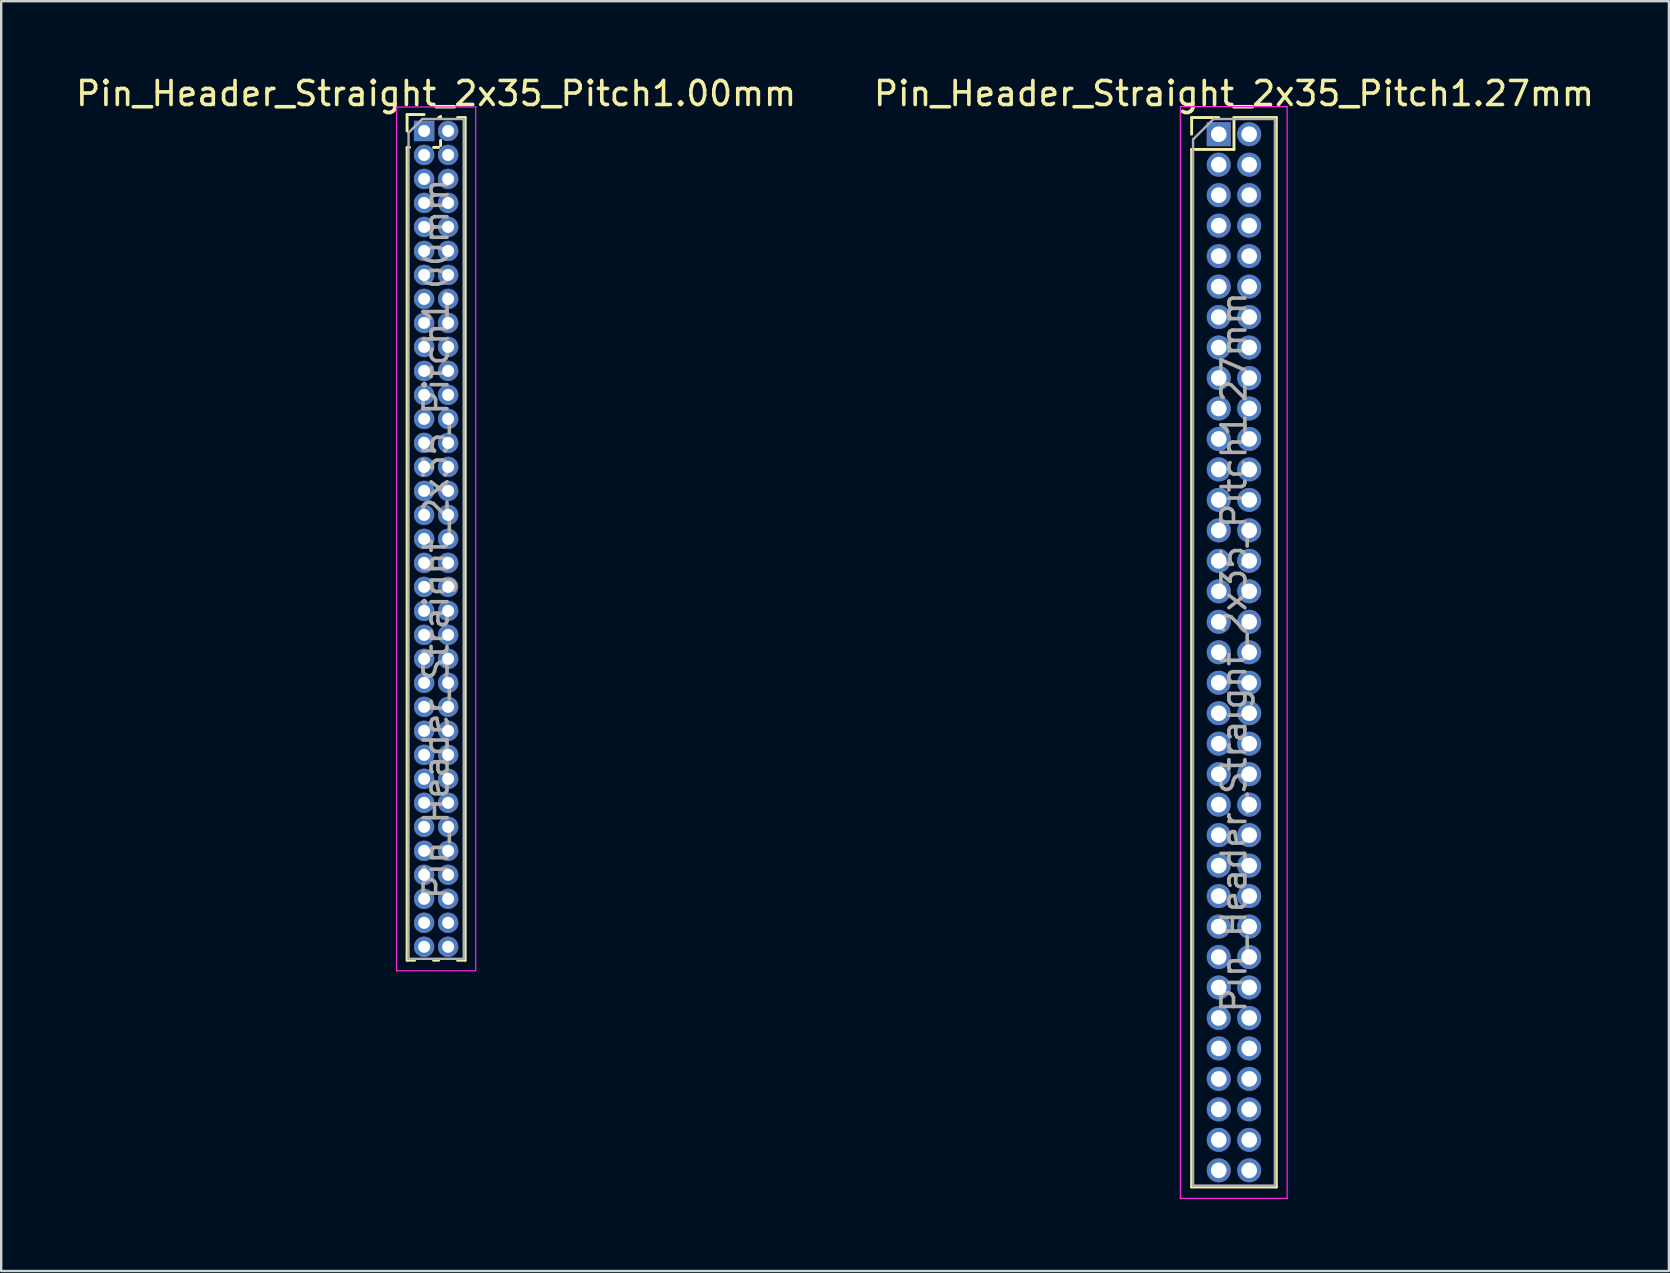
<source format=kicad_pcb>
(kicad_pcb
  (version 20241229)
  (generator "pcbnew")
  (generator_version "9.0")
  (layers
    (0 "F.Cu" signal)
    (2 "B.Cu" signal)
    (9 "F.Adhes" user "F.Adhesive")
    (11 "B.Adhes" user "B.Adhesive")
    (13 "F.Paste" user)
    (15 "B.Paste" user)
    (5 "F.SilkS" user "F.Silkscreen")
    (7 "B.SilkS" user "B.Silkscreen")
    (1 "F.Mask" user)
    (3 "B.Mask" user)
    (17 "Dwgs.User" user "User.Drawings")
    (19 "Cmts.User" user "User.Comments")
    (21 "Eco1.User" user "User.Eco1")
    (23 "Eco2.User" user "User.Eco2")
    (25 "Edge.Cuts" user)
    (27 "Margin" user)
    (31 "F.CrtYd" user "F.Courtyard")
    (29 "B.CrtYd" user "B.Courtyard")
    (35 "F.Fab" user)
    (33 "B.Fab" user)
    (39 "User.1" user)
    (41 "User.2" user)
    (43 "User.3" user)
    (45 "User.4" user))
  (footprint "Pin_Header_Straight_2x35_Pitch1.27mm"
    (layer "F.Cu")
    (at 47.74 2.543)
    (property "Reference" "Pin_Header_Straight_2x35_Pitch1.27mm" (at 0.635 -1.695 0) (layer "F.SilkS") (effects (font (size 1 1) (thickness 0.15))))
    (attr through_hole)
    (fp_line (start -1.13 -0.695) (end 0 -0.695) (stroke (width 0.12) (type solid)) (layer "F.SilkS"))
    (fp_line (start -1.13 0) (end -1.13 -0.695) (stroke (width 0.12) (type solid)) (layer "F.SilkS"))
    (fp_line (start -1.13 0.635) (end -1.13 43.875) (stroke (width 0.12) (type solid)) (layer "F.SilkS"))
    (fp_line (start -1.13 43.875) (end 2.4 43.875) (stroke (width 0.12) (type solid)) (layer "F.SilkS"))
    (fp_line (start 0.635 -0.695) (end 0.635 0.635) (stroke (width 0.12) (type solid)) (layer "F.SilkS"))
    (fp_line (start 0.635 0.635) (end -1.13 0.635) (stroke (width 0.12) (type solid)) (layer "F.SilkS"))
    (fp_line (start 2.4 -0.695) (end 0.635 -0.695) (stroke (width 0.12) (type solid)) (layer "F.SilkS"))
    (fp_line (start 2.4 43.875) (end 2.4 -0.695) (stroke (width 0.12) (type solid)) (layer "F.SilkS"))
    (fp_line (start -1.6 -1.15) (end -1.6 44.35) (stroke (width 0.05) (type solid)) (layer "F.CrtYd"))
    (fp_line (start -1.6 44.35) (end 2.85 44.35) (stroke (width 0.05) (type solid)) (layer "F.CrtYd"))
    (fp_line (start 2.85 -1.15) (end -1.6 -1.15) (stroke (width 0.05) (type solid)) (layer "F.CrtYd"))
    (fp_line (start 2.85 44.35) (end 2.85 -1.15) (stroke (width 0.05) (type solid)) (layer "F.CrtYd"))
    (fp_line (start -1.07 0.217) (end -0.217 -0.635) (stroke (width 0.1) (type solid)) (layer "F.Fab"))
    (fp_line (start -1.07 43.815) (end -1.07 0.217) (stroke (width 0.1) (type solid)) (layer "F.Fab"))
    (fp_line (start -0.217 -0.635) (end 2.34 -0.635) (stroke (width 0.1) (type solid)) (layer "F.Fab"))
    (fp_line (start 2.34 -0.635) (end 2.34 43.815) (stroke (width 0.1) (type solid)) (layer "F.Fab"))
    (fp_line (start 2.34 43.815) (end -1.07 43.815) (stroke (width 0.1) (type solid)) (layer "F.Fab"))
    (fp_text user "${REFERENCE}" (at 0.635 21.59 90) (layer "F.Fab") (effects (font (size 1 1) (thickness 0.15))))
    (pad "1" thru_hole rect (at 0 0) (size 1 1) (drill 0.65) (layers "*.Cu" "*.Mask"))
    (pad "2" thru_hole oval (at 1.27 0) (size 1 1) (drill 0.65) (layers "*.Cu" "*.Mask"))
    (pad "3" thru_hole oval (at 0 1.27) (size 1 1) (drill 0.65) (layers "*.Cu" "*.Mask"))
    (pad "4" thru_hole oval (at 1.27 1.27) (size 1 1) (drill 0.65) (layers "*.Cu" "*.Mask"))
    (pad "5" thru_hole oval (at 0 2.54) (size 1 1) (drill 0.65) (layers "*.Cu" "*.Mask"))
    (pad "6" thru_hole oval (at 1.27 2.54) (size 1 1) (drill 0.65) (layers "*.Cu" "*.Mask"))
    (pad "7" thru_hole oval (at 0 3.81) (size 1 1) (drill 0.65) (layers "*.Cu" "*.Mask"))
    (pad "8" thru_hole oval (at 1.27 3.81) (size 1 1) (drill 0.65) (layers "*.Cu" "*.Mask"))
    (pad "9" thru_hole oval (at 0 5.08) (size 1 1) (drill 0.65) (layers "*.Cu" "*.Mask"))
    (pad "10" thru_hole oval (at 1.27 5.08) (size 1 1) (drill 0.65) (layers "*.Cu" "*.Mask"))
    (pad "11" thru_hole oval (at 0 6.35) (size 1 1) (drill 0.65) (layers "*.Cu" "*.Mask"))
    (pad "12" thru_hole oval (at 1.27 6.35) (size 1 1) (drill 0.65) (layers "*.Cu" "*.Mask"))
    (pad "13" thru_hole oval (at 0 7.62) (size 1 1) (drill 0.65) (layers "*.Cu" "*.Mask"))
    (pad "14" thru_hole oval (at 1.27 7.62) (size 1 1) (drill 0.65) (layers "*.Cu" "*.Mask"))
    (pad "15" thru_hole oval (at 0 8.89) (size 1 1) (drill 0.65) (layers "*.Cu" "*.Mask"))
    (pad "16" thru_hole oval (at 1.27 8.89) (size 1 1) (drill 0.65) (layers "*.Cu" "*.Mask"))
    (pad "17" thru_hole oval (at 0 10.16) (size 1 1) (drill 0.65) (layers "*.Cu" "*.Mask"))
    (pad "18" thru_hole oval (at 1.27 10.16) (size 1 1) (drill 0.65) (layers "*.Cu" "*.Mask"))
    (pad "19" thru_hole oval (at 0 11.43) (size 1 1) (drill 0.65) (layers "*.Cu" "*.Mask"))
    (pad "20" thru_hole oval (at 1.27 11.43) (size 1 1) (drill 0.65) (layers "*.Cu" "*.Mask"))
    (pad "21" thru_hole oval (at 0 12.7) (size 1 1) (drill 0.65) (layers "*.Cu" "*.Mask"))
    (pad "22" thru_hole oval (at 1.27 12.7) (size 1 1) (drill 0.65) (layers "*.Cu" "*.Mask"))
    (pad "23" thru_hole oval (at 0 13.97) (size 1 1) (drill 0.65) (layers "*.Cu" "*.Mask"))
    (pad "24" thru_hole oval (at 1.27 13.97) (size 1 1) (drill 0.65) (layers "*.Cu" "*.Mask"))
    (pad "25" thru_hole oval (at 0 15.24) (size 1 1) (drill 0.65) (layers "*.Cu" "*.Mask"))
    (pad "26" thru_hole oval (at 1.27 15.24) (size 1 1) (drill 0.65) (layers "*.Cu" "*.Mask"))
    (pad "27" thru_hole oval (at 0 16.51) (size 1 1) (drill 0.65) (layers "*.Cu" "*.Mask"))
    (pad "28" thru_hole oval (at 1.27 16.51) (size 1 1) (drill 0.65) (layers "*.Cu" "*.Mask"))
    (pad "29" thru_hole oval (at 0 17.78) (size 1 1) (drill 0.65) (layers "*.Cu" "*.Mask"))
    (pad "30" thru_hole oval (at 1.27 17.78) (size 1 1) (drill 0.65) (layers "*.Cu" "*.Mask"))
    (pad "31" thru_hole oval (at 0 19.05) (size 1 1) (drill 0.65) (layers "*.Cu" "*.Mask"))
    (pad "32" thru_hole oval (at 1.27 19.05) (size 1 1) (drill 0.65) (layers "*.Cu" "*.Mask"))
    (pad "33" thru_hole oval (at 0 20.32) (size 1 1) (drill 0.65) (layers "*.Cu" "*.Mask"))
    (pad "34" thru_hole oval (at 1.27 20.32) (size 1 1) (drill 0.65) (layers "*.Cu" "*.Mask"))
    (pad "35" thru_hole oval (at 0 21.59) (size 1 1) (drill 0.65) (layers "*.Cu" "*.Mask"))
    (pad "36" thru_hole oval (at 1.27 21.59) (size 1 1) (drill 0.65) (layers "*.Cu" "*.Mask"))
    (pad "37" thru_hole oval (at 0 22.86) (size 1 1) (drill 0.65) (layers "*.Cu" "*.Mask"))
    (pad "38" thru_hole oval (at 1.27 22.86) (size 1 1) (drill 0.65) (layers "*.Cu" "*.Mask"))
    (pad "39" thru_hole oval (at 0 24.13) (size 1 1) (drill 0.65) (layers "*.Cu" "*.Mask"))
    (pad "40" thru_hole oval (at 1.27 24.13) (size 1 1) (drill 0.65) (layers "*.Cu" "*.Mask"))
    (pad "41" thru_hole oval (at 0 25.4) (size 1 1) (drill 0.65) (layers "*.Cu" "*.Mask"))
    (pad "42" thru_hole oval (at 1.27 25.4) (size 1 1) (drill 0.65) (layers "*.Cu" "*.Mask"))
    (pad "43" thru_hole oval (at 0 26.67) (size 1 1) (drill 0.65) (layers "*.Cu" "*.Mask"))
    (pad "44" thru_hole oval (at 1.27 26.67) (size 1 1) (drill 0.65) (layers "*.Cu" "*.Mask"))
    (pad "45" thru_hole oval (at 0 27.94) (size 1 1) (drill 0.65) (layers "*.Cu" "*.Mask"))
    (pad "46" thru_hole oval (at 1.27 27.94) (size 1 1) (drill 0.65) (layers "*.Cu" "*.Mask"))
    (pad "47" thru_hole oval (at 0 29.21) (size 1 1) (drill 0.65) (layers "*.Cu" "*.Mask"))
    (pad "48" thru_hole oval (at 1.27 29.21) (size 1 1) (drill 0.65) (layers "*.Cu" "*.Mask"))
    (pad "49" thru_hole oval (at 0 30.48) (size 1 1) (drill 0.65) (layers "*.Cu" "*.Mask"))
    (pad "50" thru_hole oval (at 1.27 30.48) (size 1 1) (drill 0.65) (layers "*.Cu" "*.Mask"))
    (pad "51" thru_hole oval (at 0 31.75) (size 1 1) (drill 0.65) (layers "*.Cu" "*.Mask"))
    (pad "52" thru_hole oval (at 1.27 31.75) (size 1 1) (drill 0.65) (layers "*.Cu" "*.Mask"))
    (pad "53" thru_hole oval (at 0 33.02) (size 1 1) (drill 0.65) (layers "*.Cu" "*.Mask"))
    (pad "54" thru_hole oval (at 1.27 33.02) (size 1 1) (drill 0.65) (layers "*.Cu" "*.Mask"))
    (pad "55" thru_hole oval (at 0 34.29) (size 1 1) (drill 0.65) (layers "*.Cu" "*.Mask"))
    (pad "56" thru_hole oval (at 1.27 34.29) (size 1 1) (drill 0.65) (layers "*.Cu" "*.Mask"))
    (pad "57" thru_hole oval (at 0 35.56) (size 1 1) (drill 0.65) (layers "*.Cu" "*.Mask"))
    (pad "58" thru_hole oval (at 1.27 35.56) (size 1 1) (drill 0.65) (layers "*.Cu" "*.Mask"))
    (pad "59" thru_hole oval (at 0 36.83) (size 1 1) (drill 0.65) (layers "*.Cu" "*.Mask"))
    (pad "60" thru_hole oval (at 1.27 36.83) (size 1 1) (drill 0.65) (layers "*.Cu" "*.Mask"))
    (pad "61" thru_hole oval (at 0 38.1) (size 1 1) (drill 0.65) (layers "*.Cu" "*.Mask"))
    (pad "62" thru_hole oval (at 1.27 38.1) (size 1 1) (drill 0.65) (layers "*.Cu" "*.Mask"))
    (pad "63" thru_hole oval (at 0 39.37) (size 1 1) (drill 0.65) (layers "*.Cu" "*.Mask"))
    (pad "64" thru_hole oval (at 1.27 39.37) (size 1 1) (drill 0.65) (layers "*.Cu" "*.Mask"))
    (pad "65" thru_hole oval (at 0 40.64) (size 1 1) (drill 0.65) (layers "*.Cu" "*.Mask"))
    (pad "66" thru_hole oval (at 1.27 40.64) (size 1 1) (drill 0.65) (layers "*.Cu" "*.Mask"))
    (pad "67" thru_hole oval (at 0 41.91) (size 1 1) (drill 0.65) (layers "*.Cu" "*.Mask"))
    (pad "68" thru_hole oval (at 1.27 41.91) (size 1 1) (drill 0.65) (layers "*.Cu" "*.Mask"))
    (pad "69" thru_hole oval (at 0 43.18) (size 1 1) (drill 0.65) (layers "*.Cu" "*.Mask"))
    (pad "70" thru_hole oval (at 1.27 43.18) (size 1 1) (drill 0.65) (layers "*.Cu" "*.Mask")))
  (footprint "Pin_Header_Straight_2x35_Pitch1.00mm"
    (layer "F.Cu")
    (at 14.625 2.408)
    (property "Reference" "Pin_Header_Straight_2x35_Pitch1.00mm" (at 0.5 -1.56 0) (layer "F.SilkS") (effects (font (size 1 1) (thickness 0.15))))
    (attr through_hole)
    (fp_line (start -0.71 -0.685) (end 0 -0.685) (stroke (width 0.12) (type solid)) (layer "F.SilkS"))
    (fp_line (start -0.71 0) (end -0.71 -0.685) (stroke (width 0.12) (type solid)) (layer "F.SilkS"))
    (fp_line (start -0.71 0.685) (end -0.71 34.56) (stroke (width 0.12) (type solid)) (layer "F.SilkS"))
    (fp_line (start -0.71 0.685) (end -0.608 0.685) (stroke (width 0.12) (type solid)) (layer "F.SilkS"))
    (fp_line (start -0.71 34.56) (end -0.394 34.56) (stroke (width 0.12) (type solid)) (layer "F.SilkS"))
    (fp_line (start 0.394 34.56) (end 0.606 34.56) (stroke (width 0.12) (type solid)) (layer "F.SilkS"))
    (fp_line (start 0.608 0.685) (end 0.392 0.685) (stroke (width 0.12) (type solid)) (layer "F.SilkS"))
    (fp_line (start 0.685 -0.608) (end 0.685 -0.56) (stroke (width 0.12) (type solid)) (layer "F.SilkS"))
    (fp_line (start 0.685 -0.56) (end 0.606 -0.56) (stroke (width 0.12) (type solid)) (layer "F.SilkS"))
    (fp_line (start 0.685 0.392) (end 0.685 0.608) (stroke (width 0.12) (type solid)) (layer "F.SilkS"))
    (fp_line (start 1.394 -0.56) (end 1.71 -0.56) (stroke (width 0.12) (type solid)) (layer "F.SilkS"))
    (fp_line (start 1.394 34.56) (end 1.71 34.56) (stroke (width 0.12) (type solid)) (layer "F.SilkS"))
    (fp_line (start 1.71 -0.56) (end 1.71 34.56) (stroke (width 0.12) (type solid)) (layer "F.SilkS"))
    (fp_line (start -1.15 -1) (end -1.15 35) (stroke (width 0.05) (type solid)) (layer "F.CrtYd"))
    (fp_line (start -1.15 35) (end 2.15 35) (stroke (width 0.05) (type solid)) (layer "F.CrtYd"))
    (fp_line (start 2.15 -1) (end -1.15 -1) (stroke (width 0.05) (type solid)) (layer "F.CrtYd"))
    (fp_line (start 2.15 35) (end 2.15 -1) (stroke (width 0.05) (type solid)) (layer "F.CrtYd"))
    (fp_line (start -0.65 0.075) (end -0.075 -0.5) (stroke (width 0.1) (type solid)) (layer "F.Fab"))
    (fp_line (start -0.65 34.5) (end -0.65 0.075) (stroke (width 0.1) (type solid)) (layer "F.Fab"))
    (fp_line (start -0.075 -0.5) (end 1.65 -0.5) (stroke (width 0.1) (type solid)) (layer "F.Fab"))
    (fp_line (start 1.65 -0.5) (end 1.65 34.5) (stroke (width 0.1) (type solid)) (layer "F.Fab"))
    (fp_line (start 1.65 34.5) (end -0.65 34.5) (stroke (width 0.1) (type solid)) (layer "F.Fab"))
    (fp_text user "${REFERENCE}" (at 0.5 17 90) (layer "F.Fab") (effects (font (size 1 1) (thickness 0.15))))
    (pad "1" thru_hole rect (at 0 0) (size 0.85 0.85) (drill 0.5) (layers "*.Cu" "*.Mask"))
    (pad "2" thru_hole oval (at 1 0) (size 0.85 0.85) (drill 0.5) (layers "*.Cu" "*.Mask"))
    (pad "3" thru_hole oval (at 0 1) (size 0.85 0.85) (drill 0.5) (layers "*.Cu" "*.Mask"))
    (pad "4" thru_hole oval (at 1 1) (size 0.85 0.85) (drill 0.5) (layers "*.Cu" "*.Mask"))
    (pad "5" thru_hole oval (at 0 2) (size 0.85 0.85) (drill 0.5) (layers "*.Cu" "*.Mask"))
    (pad "6" thru_hole oval (at 1 2) (size 0.85 0.85) (drill 0.5) (layers "*.Cu" "*.Mask"))
    (pad "7" thru_hole oval (at 0 3) (size 0.85 0.85) (drill 0.5) (layers "*.Cu" "*.Mask"))
    (pad "8" thru_hole oval (at 1 3) (size 0.85 0.85) (drill 0.5) (layers "*.Cu" "*.Mask"))
    (pad "9" thru_hole oval (at 0 4) (size 0.85 0.85) (drill 0.5) (layers "*.Cu" "*.Mask"))
    (pad "10" thru_hole oval (at 1 4) (size 0.85 0.85) (drill 0.5) (layers "*.Cu" "*.Mask"))
    (pad "11" thru_hole oval (at 0 5) (size 0.85 0.85) (drill 0.5) (layers "*.Cu" "*.Mask"))
    (pad "12" thru_hole oval (at 1 5) (size 0.85 0.85) (drill 0.5) (layers "*.Cu" "*.Mask"))
    (pad "13" thru_hole oval (at 0 6) (size 0.85 0.85) (drill 0.5) (layers "*.Cu" "*.Mask"))
    (pad "14" thru_hole oval (at 1 6) (size 0.85 0.85) (drill 0.5) (layers "*.Cu" "*.Mask"))
    (pad "15" thru_hole oval (at 0 7) (size 0.85 0.85) (drill 0.5) (layers "*.Cu" "*.Mask"))
    (pad "16" thru_hole oval (at 1 7) (size 0.85 0.85) (drill 0.5) (layers "*.Cu" "*.Mask"))
    (pad "17" thru_hole oval (at 0 8) (size 0.85 0.85) (drill 0.5) (layers "*.Cu" "*.Mask"))
    (pad "18" thru_hole oval (at 1 8) (size 0.85 0.85) (drill 0.5) (layers "*.Cu" "*.Mask"))
    (pad "19" thru_hole oval (at 0 9) (size 0.85 0.85) (drill 0.5) (layers "*.Cu" "*.Mask"))
    (pad "20" thru_hole oval (at 1 9) (size 0.85 0.85) (drill 0.5) (layers "*.Cu" "*.Mask"))
    (pad "21" thru_hole oval (at 0 10) (size 0.85 0.85) (drill 0.5) (layers "*.Cu" "*.Mask"))
    (pad "22" thru_hole oval (at 1 10) (size 0.85 0.85) (drill 0.5) (layers "*.Cu" "*.Mask"))
    (pad "23" thru_hole oval (at 0 11) (size 0.85 0.85) (drill 0.5) (layers "*.Cu" "*.Mask"))
    (pad "24" thru_hole oval (at 1 11) (size 0.85 0.85) (drill 0.5) (layers "*.Cu" "*.Mask"))
    (pad "25" thru_hole oval (at 0 12) (size 0.85 0.85) (drill 0.5) (layers "*.Cu" "*.Mask"))
    (pad "26" thru_hole oval (at 1 12) (size 0.85 0.85) (drill 0.5) (layers "*.Cu" "*.Mask"))
    (pad "27" thru_hole oval (at 0 13) (size 0.85 0.85) (drill 0.5) (layers "*.Cu" "*.Mask"))
    (pad "28" thru_hole oval (at 1 13) (size 0.85 0.85) (drill 0.5) (layers "*.Cu" "*.Mask"))
    (pad "29" thru_hole oval (at 0 14) (size 0.85 0.85) (drill 0.5) (layers "*.Cu" "*.Mask"))
    (pad "30" thru_hole oval (at 1 14) (size 0.85 0.85) (drill 0.5) (layers "*.Cu" "*.Mask"))
    (pad "31" thru_hole oval (at 0 15) (size 0.85 0.85) (drill 0.5) (layers "*.Cu" "*.Mask"))
    (pad "32" thru_hole oval (at 1 15) (size 0.85 0.85) (drill 0.5) (layers "*.Cu" "*.Mask"))
    (pad "33" thru_hole oval (at 0 16) (size 0.85 0.85) (drill 0.5) (layers "*.Cu" "*.Mask"))
    (pad "34" thru_hole oval (at 1 16) (size 0.85 0.85) (drill 0.5) (layers "*.Cu" "*.Mask"))
    (pad "35" thru_hole oval (at 0 17) (size 0.85 0.85) (drill 0.5) (layers "*.Cu" "*.Mask"))
    (pad "36" thru_hole oval (at 1 17) (size 0.85 0.85) (drill 0.5) (layers "*.Cu" "*.Mask"))
    (pad "37" thru_hole oval (at 0 18) (size 0.85 0.85) (drill 0.5) (layers "*.Cu" "*.Mask"))
    (pad "38" thru_hole oval (at 1 18) (size 0.85 0.85) (drill 0.5) (layers "*.Cu" "*.Mask"))
    (pad "39" thru_hole oval (at 0 19) (size 0.85 0.85) (drill 0.5) (layers "*.Cu" "*.Mask"))
    (pad "40" thru_hole oval (at 1 19) (size 0.85 0.85) (drill 0.5) (layers "*.Cu" "*.Mask"))
    (pad "41" thru_hole oval (at 0 20) (size 0.85 0.85) (drill 0.5) (layers "*.Cu" "*.Mask"))
    (pad "42" thru_hole oval (at 1 20) (size 0.85 0.85) (drill 0.5) (layers "*.Cu" "*.Mask"))
    (pad "43" thru_hole oval (at 0 21) (size 0.85 0.85) (drill 0.5) (layers "*.Cu" "*.Mask"))
    (pad "44" thru_hole oval (at 1 21) (size 0.85 0.85) (drill 0.5) (layers "*.Cu" "*.Mask"))
    (pad "45" thru_hole oval (at 0 22) (size 0.85 0.85) (drill 0.5) (layers "*.Cu" "*.Mask"))
    (pad "46" thru_hole oval (at 1 22) (size 0.85 0.85) (drill 0.5) (layers "*.Cu" "*.Mask"))
    (pad "47" thru_hole oval (at 0 23) (size 0.85 0.85) (drill 0.5) (layers "*.Cu" "*.Mask"))
    (pad "48" thru_hole oval (at 1 23) (size 0.85 0.85) (drill 0.5) (layers "*.Cu" "*.Mask"))
    (pad "49" thru_hole oval (at 0 24) (size 0.85 0.85) (drill 0.5) (layers "*.Cu" "*.Mask"))
    (pad "50" thru_hole oval (at 1 24) (size 0.85 0.85) (drill 0.5) (layers "*.Cu" "*.Mask"))
    (pad "51" thru_hole oval (at 0 25) (size 0.85 0.85) (drill 0.5) (layers "*.Cu" "*.Mask"))
    (pad "52" thru_hole oval (at 1 25) (size 0.85 0.85) (drill 0.5) (layers "*.Cu" "*.Mask"))
    (pad "53" thru_hole oval (at 0 26) (size 0.85 0.85) (drill 0.5) (layers "*.Cu" "*.Mask"))
    (pad "54" thru_hole oval (at 1 26) (size 0.85 0.85) (drill 0.5) (layers "*.Cu" "*.Mask"))
    (pad "55" thru_hole oval (at 0 27) (size 0.85 0.85) (drill 0.5) (layers "*.Cu" "*.Mask"))
    (pad "56" thru_hole oval (at 1 27) (size 0.85 0.85) (drill 0.5) (layers "*.Cu" "*.Mask"))
    (pad "57" thru_hole oval (at 0 28) (size 0.85 0.85) (drill 0.5) (layers "*.Cu" "*.Mask"))
    (pad "58" thru_hole oval (at 1 28) (size 0.85 0.85) (drill 0.5) (layers "*.Cu" "*.Mask"))
    (pad "59" thru_hole oval (at 0 29) (size 0.85 0.85) (drill 0.5) (layers "*.Cu" "*.Mask"))
    (pad "60" thru_hole oval (at 1 29) (size 0.85 0.85) (drill 0.5) (layers "*.Cu" "*.Mask"))
    (pad "61" thru_hole oval (at 0 30) (size 0.85 0.85) (drill 0.5) (layers "*.Cu" "*.Mask"))
    (pad "62" thru_hole oval (at 1 30) (size 0.85 0.85) (drill 0.5) (layers "*.Cu" "*.Mask"))
    (pad "63" thru_hole oval (at 0 31) (size 0.85 0.85) (drill 0.5) (layers "*.Cu" "*.Mask"))
    (pad "64" thru_hole oval (at 1 31) (size 0.85 0.85) (drill 0.5) (layers "*.Cu" "*.Mask"))
    (pad "65" thru_hole oval (at 0 32) (size 0.85 0.85) (drill 0.5) (layers "*.Cu" "*.Mask"))
    (pad "66" thru_hole oval (at 1 32) (size 0.85 0.85) (drill 0.5) (layers "*.Cu" "*.Mask"))
    (pad "67" thru_hole oval (at 0 33) (size 0.85 0.85) (drill 0.5) (layers "*.Cu" "*.Mask"))
    (pad "68" thru_hole oval (at 1 33) (size 0.85 0.85) (drill 0.5) (layers "*.Cu" "*.Mask"))
    (pad "69" thru_hole oval (at 0 34) (size 0.85 0.85) (drill 0.5) (layers "*.Cu" "*.Mask"))
    (pad "70" thru_hole oval (at 1 34) (size 0.85 0.85) (drill 0.5) (layers "*.Cu" "*.Mask")))
  (gr_rect
    (start -3 -3)
    (end 66.5 49.918)
    (stroke (width 0.1) (type default))
    (fill no)
    (layer "Edge.Cuts")))
</source>
